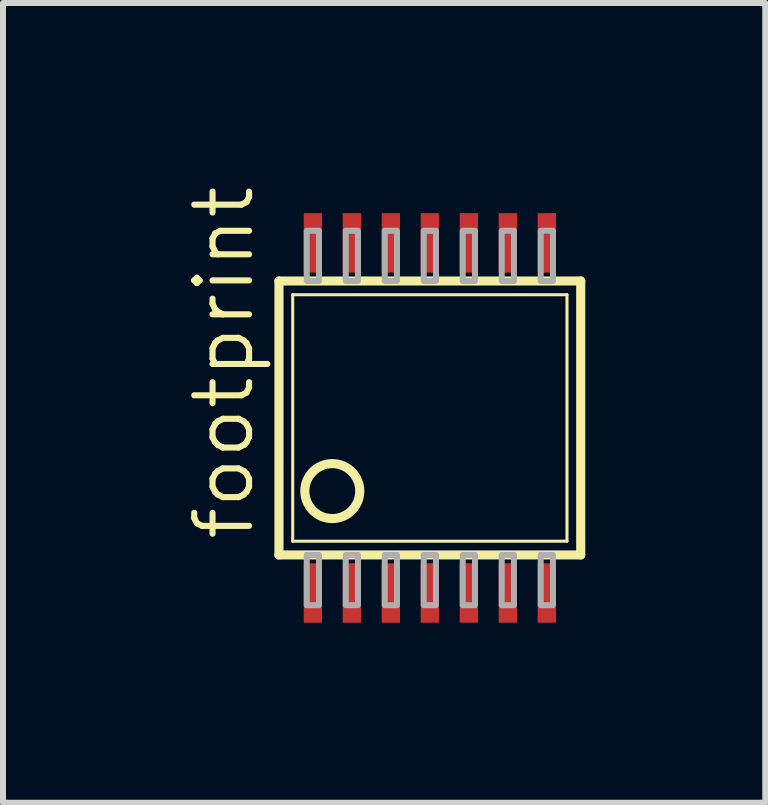
<source format=kicad_pcb>
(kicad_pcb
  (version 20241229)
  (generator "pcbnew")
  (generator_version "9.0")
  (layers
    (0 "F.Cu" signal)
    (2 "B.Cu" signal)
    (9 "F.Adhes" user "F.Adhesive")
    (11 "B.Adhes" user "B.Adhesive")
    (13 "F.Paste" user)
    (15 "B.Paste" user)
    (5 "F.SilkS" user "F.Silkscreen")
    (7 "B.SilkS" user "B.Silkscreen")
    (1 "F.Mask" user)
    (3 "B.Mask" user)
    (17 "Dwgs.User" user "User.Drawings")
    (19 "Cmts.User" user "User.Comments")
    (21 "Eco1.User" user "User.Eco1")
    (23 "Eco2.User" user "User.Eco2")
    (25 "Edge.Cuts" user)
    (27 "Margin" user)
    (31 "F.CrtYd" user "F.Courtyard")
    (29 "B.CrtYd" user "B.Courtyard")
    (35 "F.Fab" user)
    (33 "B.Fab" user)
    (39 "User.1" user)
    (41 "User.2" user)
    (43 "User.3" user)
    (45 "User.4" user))
  (footprint "footprint"
    (layer "F.Cu")
    (at 4.115 3.917)
    (property "Reference" "footprint" (at -2.896 2.083 90) (layer "F.SilkS") (effects (font (size 0.914 0.914) (thickness 0.102)) (justify left bottom)))
    (fp_line (start -2.515 2.283) (end -2.515 -2.283) (stroke (width 0.152) (type solid)) (layer "F.SilkS"))
    (fp_line (start -2.515 2.283) (end 2.515 2.283) (stroke (width 0.152) (type solid)) (layer "F.SilkS"))
    (fp_line (start -2.286 2.054) (end -2.286 -2.054) (stroke (width 0.051) (type solid)) (layer "F.SilkS"))
    (fp_line (start -2.286 2.054) (end 2.286 2.054) (stroke (width 0.051) (type solid)) (layer "F.SilkS"))
    (fp_line (start 2.286 -2.054) (end -2.286 -2.054) (stroke (width 0.051) (type solid)) (layer "F.SilkS"))
    (fp_line (start 2.286 -2.054) (end 2.286 2.054) (stroke (width 0.051) (type solid)) (layer "F.SilkS"))
    (fp_line (start 2.515 -2.283) (end -2.515 -2.283) (stroke (width 0.152) (type solid)) (layer "F.SilkS"))
    (fp_line (start 2.515 -2.283) (end 2.515 2.283) (stroke (width 0.152) (type solid)) (layer "F.SilkS"))
    (fp_circle (center -1.626 1.219) (end -1.168 1.219) (stroke (width 0.152) (type solid)) (fill no) (layer "F.SilkS"))
    (fp_poly (pts (xy -2.052 -2.283) (xy -1.848 -2.283) (xy -1.848 -3.121) (xy -2.052 -3.121)) (stroke (width 0.1) (type solid)) (fill no) (layer "F.Fab"))
    (fp_poly (pts (xy -2.052 3.121) (xy -1.848 3.121) (xy -1.848 2.283) (xy -2.052 2.283)) (stroke (width 0.1) (type solid)) (fill no) (layer "F.Fab"))
    (fp_poly (pts (xy -1.402 -2.283) (xy -1.198 -2.283) (xy -1.198 -3.121) (xy -1.402 -3.121)) (stroke (width 0.1) (type solid)) (fill no) (layer "F.Fab"))
    (fp_poly (pts (xy -1.402 3.121) (xy -1.198 3.121) (xy -1.198 2.283) (xy -1.402 2.283)) (stroke (width 0.1) (type solid)) (fill no) (layer "F.Fab"))
    (fp_poly (pts (xy -0.752 -2.283) (xy -0.548 -2.283) (xy -0.548 -3.121) (xy -0.752 -3.121)) (stroke (width 0.1) (type solid)) (fill no) (layer "F.Fab"))
    (fp_poly (pts (xy -0.752 3.121) (xy -0.548 3.121) (xy -0.548 2.283) (xy -0.752 2.283)) (stroke (width 0.1) (type solid)) (fill no) (layer "F.Fab"))
    (fp_poly (pts (xy -0.102 -2.283) (xy 0.102 -2.283) (xy 0.102 -3.121) (xy -0.102 -3.121)) (stroke (width 0.1) (type solid)) (fill no) (layer "F.Fab"))
    (fp_poly (pts (xy -0.102 3.121) (xy 0.102 3.121) (xy 0.102 2.283) (xy -0.102 2.283)) (stroke (width 0.1) (type solid)) (fill no) (layer "F.Fab"))
    (fp_poly (pts (xy 0.548 -2.283) (xy 0.752 -2.283) (xy 0.752 -3.121) (xy 0.548 -3.121)) (stroke (width 0.1) (type solid)) (fill no) (layer "F.Fab"))
    (fp_poly (pts (xy 0.548 3.121) (xy 0.752 3.121) (xy 0.752 2.283) (xy 0.548 2.283)) (stroke (width 0.1) (type solid)) (fill no) (layer "F.Fab"))
    (fp_poly (pts (xy 1.198 -2.283) (xy 1.402 -2.283) (xy 1.402 -3.121) (xy 1.198 -3.121)) (stroke (width 0.1) (type solid)) (fill no) (layer "F.Fab"))
    (fp_poly (pts (xy 1.198 3.121) (xy 1.402 3.121) (xy 1.402 2.283) (xy 1.198 2.283)) (stroke (width 0.1) (type solid)) (fill no) (layer "F.Fab"))
    (fp_poly (pts (xy 1.848 -2.283) (xy 2.052 -2.283) (xy 2.052 -3.121) (xy 1.848 -3.121)) (stroke (width 0.1) (type solid)) (fill no) (layer "F.Fab"))
    (fp_poly (pts (xy 1.848 3.121) (xy 2.052 3.121) (xy 2.052 2.283) (xy 1.848 2.283)) (stroke (width 0.1) (type solid)) (fill no) (layer "F.Fab"))
    (pad "1" smd rect (at -1.95 2.918) (size 0.305 0.991) (layers "F.Cu" "F.Mask" "F.Paste"))
    (pad "2" smd rect (at -1.3 2.918) (size 0.305 0.991) (layers "F.Cu" "F.Mask" "F.Paste"))
    (pad "3" smd rect (at -0.65 2.918) (size 0.305 0.991) (layers "F.Cu" "F.Mask" "F.Paste"))
    (pad "4" smd rect (at 0 2.918) (size 0.305 0.991) (layers "F.Cu" "F.Mask" "F.Paste"))
    (pad "5" smd rect (at 0.65 2.918) (size 0.305 0.991) (layers "F.Cu" "F.Mask" "F.Paste"))
    (pad "6" smd rect (at 1.3 2.918) (size 0.305 0.991) (layers "F.Cu" "F.Mask" "F.Paste"))
    (pad "7" smd rect (at 1.95 2.918) (size 0.305 0.991) (layers "F.Cu" "F.Mask" "F.Paste"))
    (pad "8" smd rect (at 1.95 -2.918) (size 0.305 0.991) (layers "F.Cu" "F.Mask" "F.Paste"))
    (pad "9" smd rect (at 1.3 -2.918) (size 0.305 0.991) (layers "F.Cu" "F.Mask" "F.Paste"))
    (pad "10" smd rect (at 0.65 -2.918) (size 0.305 0.991) (layers "F.Cu" "F.Mask" "F.Paste"))
    (pad "11" smd rect (at 0 -2.918) (size 0.305 0.991) (layers "F.Cu" "F.Mask" "F.Paste"))
    (pad "12" smd rect (at -0.65 -2.918) (size 0.305 0.991) (layers "F.Cu" "F.Mask" "F.Paste"))
    (pad "13" smd rect (at -1.3 -2.918) (size 0.305 0.991) (layers "F.Cu" "F.Mask" "F.Paste"))
    (pad "14" smd rect (at -1.95 -2.918) (size 0.305 0.991) (layers "F.Cu" "F.Mask" "F.Paste")))
  (gr_rect
    (start -3 -3)
    (end 9.706 10.331)
    (stroke (width 0.1) (type default))
    (fill no)
    (layer "Edge.Cuts")))
</source>
